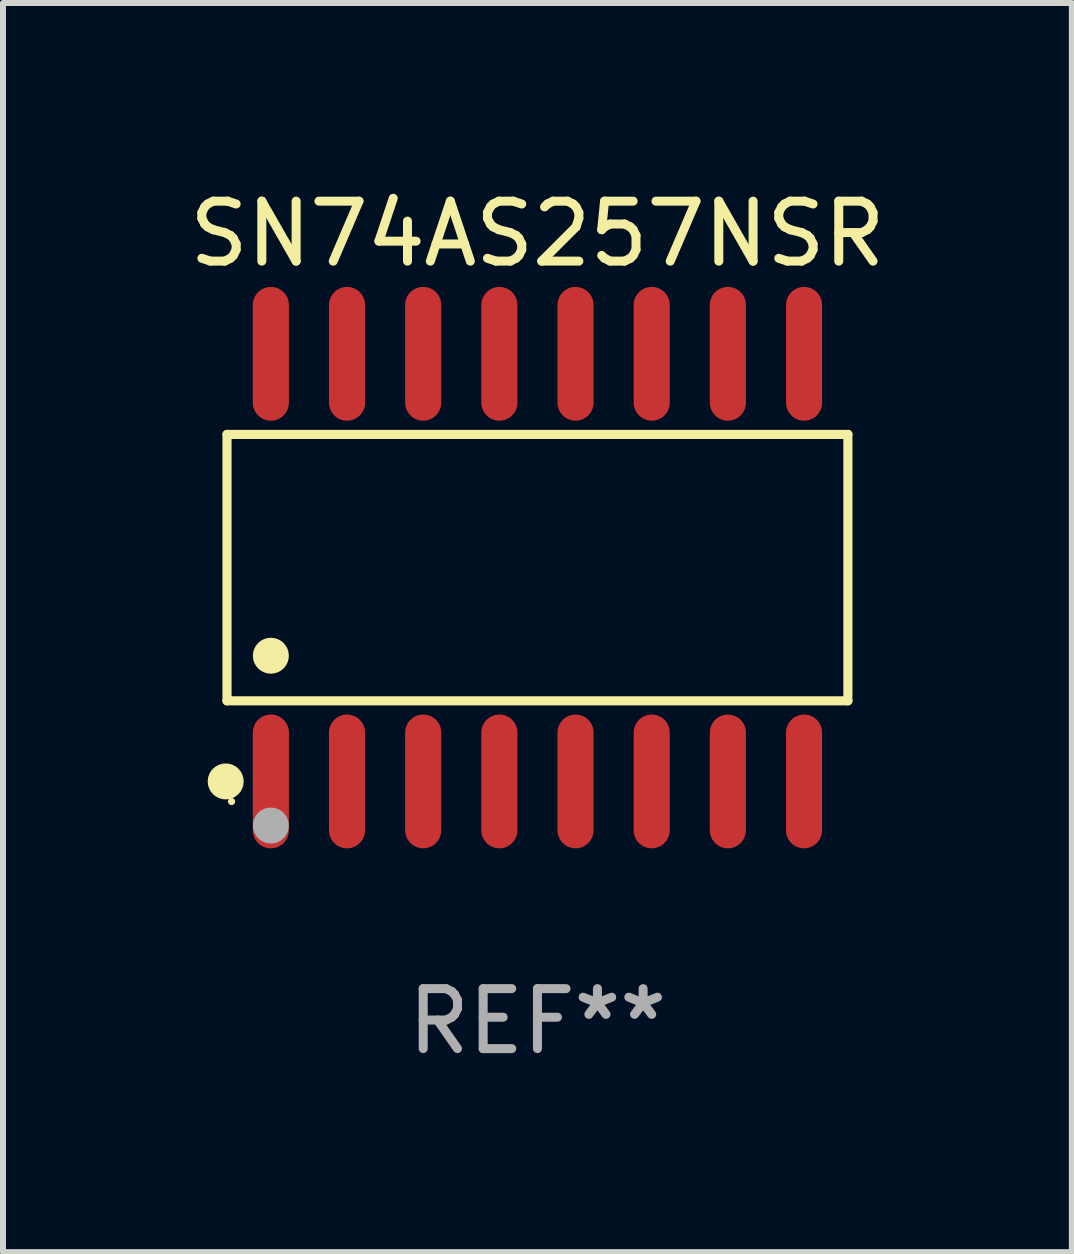
<source format=kicad_pcb>
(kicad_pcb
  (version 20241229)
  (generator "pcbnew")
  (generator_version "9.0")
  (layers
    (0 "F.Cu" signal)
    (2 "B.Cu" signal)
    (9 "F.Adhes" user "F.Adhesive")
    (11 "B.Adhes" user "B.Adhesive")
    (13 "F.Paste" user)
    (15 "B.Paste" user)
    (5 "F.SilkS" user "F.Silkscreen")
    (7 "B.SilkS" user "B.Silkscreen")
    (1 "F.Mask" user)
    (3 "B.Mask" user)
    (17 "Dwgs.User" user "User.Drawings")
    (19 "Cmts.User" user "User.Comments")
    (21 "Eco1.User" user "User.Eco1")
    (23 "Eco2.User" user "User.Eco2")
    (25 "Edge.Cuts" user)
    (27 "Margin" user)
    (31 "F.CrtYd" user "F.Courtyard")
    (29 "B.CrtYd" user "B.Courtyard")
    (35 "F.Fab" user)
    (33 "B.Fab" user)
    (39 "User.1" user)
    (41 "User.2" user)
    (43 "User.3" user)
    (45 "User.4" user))
  (footprint "SN74AS257NSR"
    (layer "F.Cu")
    (at 5.911 6.414)
    (property "Reference" "SN74AS257NSR" (at 0 -5.565 0) (layer "F.SilkS") (effects (font (size 1 1) (thickness 0.15))))
    (attr through_hole)
    (fp_line (start -5.176 -2.221) (end 5.176 -2.221) (stroke (width 0.152) (type solid)) (layer "F.SilkS"))
    (fp_line (start -5.176 2.221) (end -5.176 -2.221) (stroke (width 0.152) (type solid)) (layer "F.SilkS"))
    (fp_line (start 5.176 -2.221) (end 5.176 2.221) (stroke (width 0.152) (type solid)) (layer "F.SilkS"))
    (fp_line (start 5.176 2.221) (end -5.176 2.221) (stroke (width 0.152) (type solid)) (layer "F.SilkS"))
    (fp_circle (center -5.198 3.565) (end -5.048 3.565) (stroke (width 0.3) (type solid)) (fill no) (layer "F.SilkS"))
    (fp_circle (center -5.1 3.9) (end -5.07 3.9) (stroke (width 0.06) (type solid)) (fill no) (layer "F.SilkS"))
    (fp_circle (center -4.445 1.469) (end -4.295 1.469) (stroke (width 0.3) (type solid)) (fill no) (layer "F.SilkS"))
    (fp_circle (center -4.445 4.3) (end -4.295 4.3) (stroke (width 0.3) (type solid)) (fill no) (layer "F.Fab"))
    (fp_text user "REF**" (at 0 7.565 0) (layer "F.Fab") (effects (font (size 1 1) (thickness 0.15))))
    (pad "1" smd oval (at -4.445 3.565) (size 0.602 2.231) (layers "F.Cu" "F.Mask" "F.Paste"))
    (pad "2" smd oval (at -3.175 3.565) (size 0.602 2.231) (layers "F.Cu" "F.Mask" "F.Paste"))
    (pad "3" smd oval (at -1.905 3.565) (size 0.602 2.231) (layers "F.Cu" "F.Mask" "F.Paste"))
    (pad "4" smd oval (at -0.635 3.565) (size 0.602 2.231) (layers "F.Cu" "F.Mask" "F.Paste"))
    (pad "5" smd oval (at 0.635 3.565) (size 0.602 2.231) (layers "F.Cu" "F.Mask" "F.Paste"))
    (pad "6" smd oval (at 1.905 3.565) (size 0.602 2.231) (layers "F.Cu" "F.Mask" "F.Paste"))
    (pad "7" smd oval (at 3.175 3.565) (size 0.602 2.231) (layers "F.Cu" "F.Mask" "F.Paste"))
    (pad "8" smd oval (at 4.445 3.565) (size 0.602 2.231) (layers "F.Cu" "F.Mask" "F.Paste"))
    (pad "9" smd oval (at 4.445 -3.565) (size 0.602 2.231) (layers "F.Cu" "F.Mask" "F.Paste"))
    (pad "10" smd oval (at 3.175 -3.565) (size 0.602 2.231) (layers "F.Cu" "F.Mask" "F.Paste"))
    (pad "11" smd oval (at 1.905 -3.565) (size 0.602 2.231) (layers "F.Cu" "F.Mask" "F.Paste"))
    (pad "12" smd oval (at 0.635 -3.565) (size 0.602 2.231) (layers "F.Cu" "F.Mask" "F.Paste"))
    (pad "13" smd oval (at -0.635 -3.565) (size 0.602 2.231) (layers "F.Cu" "F.Mask" "F.Paste"))
    (pad "14" smd oval (at -1.905 -3.565) (size 0.602 2.231) (layers "F.Cu" "F.Mask" "F.Paste"))
    (pad "15" smd oval (at -3.175 -3.565) (size 0.602 2.231) (layers "F.Cu" "F.Mask" "F.Paste"))
    (pad "16" smd oval (at -4.445 -3.565) (size 0.602 2.231) (layers "F.Cu" "F.Mask" "F.Paste")))
  (gr_rect
    (start -3 -3)
    (end 14.821 17.827)
    (stroke (width 0.1) (type default))
    (fill no)
    (layer "Edge.Cuts")))
</source>
